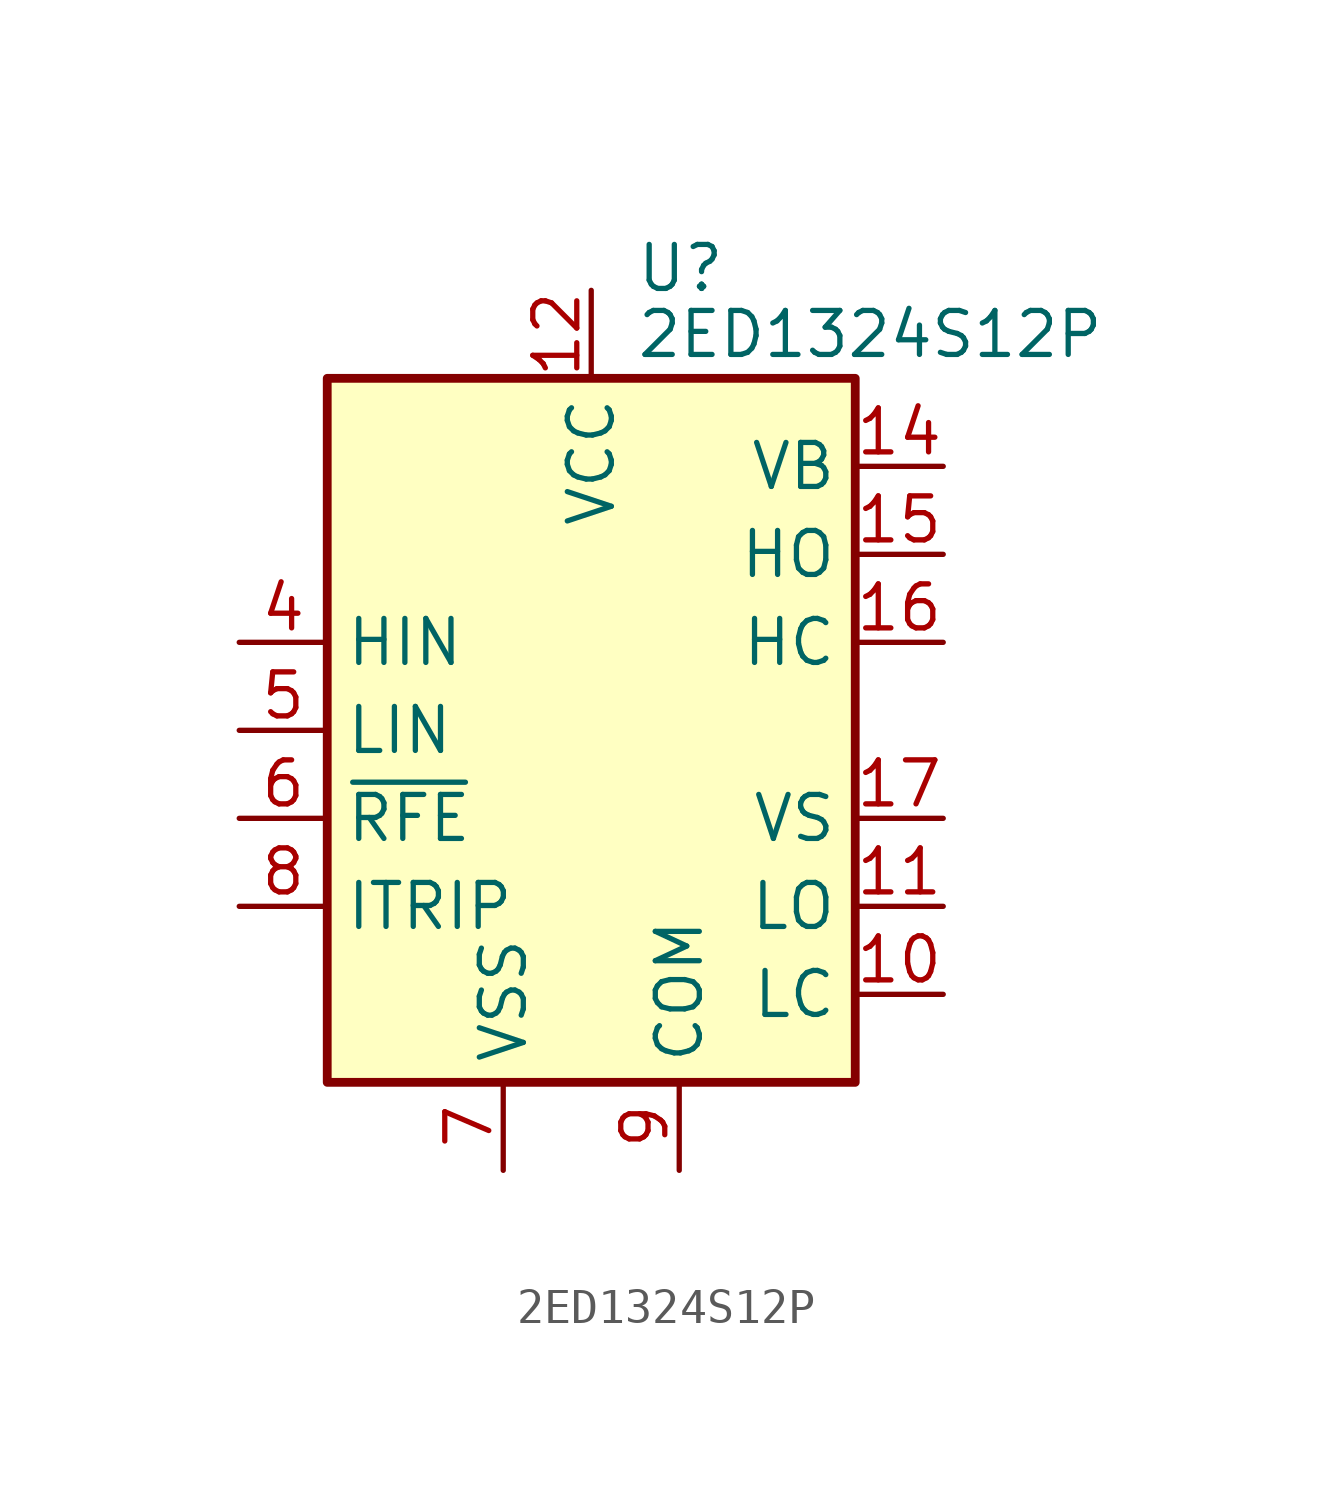
<source format=kicad_sym>
(kicad_symbol_lib
  (version 20231120)
  (generator "kicad_symbol_editor")
  (generator_version "8.0")
  (symbol "2ED1324S12P"
    (property "Reference" "U"
      (at 1.27 13.335 0)
      (effects (font (size 1.27 1.27)) (justify left)))
    (property "Value" "2ED1324S12P"
      (at 1.27 11.43 0)
      (effects (font (size 1.27 1.27)) (justify left)))
    (symbol "2ED1324S12P_0_1"
      (rectangle (start -7.62 -10.16) (end 7.62 10.16) (stroke (width 0.254) (type default)) (fill (type background))))
    (symbol "2ED1324S12P_1_1"
      (pin no_connect line (at -7.62 7.62 0) (length 2.54) hide (name "NC" (effects (font (size 1.27 1.27)))) (number "1" (effects (font (size 1.27 1.27)))))
      (pin passive line (at 10.16 -7.62 180) (length 2.54) (name "LC" (effects (font (size 1.27 1.27)))) (number "10" (effects (font (size 1.27 1.27)))))
      (pin output line (at 10.16 -5.08 180) (length 2.54) (name "LO" (effects (font (size 1.27 1.27)))) (number "11" (effects (font (size 1.27 1.27)))))
      (pin power_in line (at 0 12.7 270) (length 2.54) (name "VCC" (effects (font (size 1.27 1.27)))) (number "12" (effects (font (size 1.27 1.27)))))
      (pin no_connect line (at 7.62 0 180) (length 2.54) hide (name "NC" (effects (font (size 1.27 1.27)))) (number "13" (effects (font (size 1.27 1.27)))))
      (pin passive line (at 10.16 7.62 180) (length 2.54) (name "VB" (effects (font (size 1.27 1.27)))) (number "14" (effects (font (size 1.27 1.27)))))
      (pin output line (at 10.16 5.08 180) (length 2.54) (name "HO" (effects (font (size 1.27 1.27)))) (number "15" (effects (font (size 1.27 1.27)))))
      (pin passive line (at 10.16 2.54 180) (length 2.54) (name "HC" (effects (font (size 1.27 1.27)))) (number "16" (effects (font (size 1.27 1.27)))))
      (pin passive line (at 10.16 -2.54 180) (length 2.54) (name "VS" (effects (font (size 1.27 1.27)))) (number "17" (effects (font (size 1.27 1.27)))))
      (pin no_connect line (at 5.08 10.16 270) (length 2.54) hide (name "NC" (effects (font (size 1.27 1.27)))) (number "18" (effects (font (size 1.27 1.27)))))
      (pin no_connect line (at 2.54 10.16 270) (length 2.54) hide (name "NC" (effects (font (size 1.27 1.27)))) (number "19" (effects (font (size 1.27 1.27)))))
      (pin no_connect line (at -7.62 5.08 0) (length 2.54) hide (name "NC" (effects (font (size 1.27 1.27)))) (number "2" (effects (font (size 1.27 1.27)))))
      (pin no_connect line (at -2.54 10.16 270) (length 2.54) hide (name "NC" (effects (font (size 1.27 1.27)))) (number "20" (effects (font (size 1.27 1.27)))))
      (pin no_connect line (at -7.62 -7.62 0) (length 2.54) hide (name "NC" (effects (font (size 1.27 1.27)))) (number "3" (effects (font (size 1.27 1.27)))))
      (pin input line (at -10.16 2.54 0) (length 2.54) (name "HIN" (effects (font (size 1.27 1.27)))) (number "4" (effects (font (size 1.27 1.27)))))
      (pin input line (at -10.16 0 0) (length 2.54) (name "LIN" (effects (font (size 1.27 1.27)))) (number "5" (effects (font (size 1.27 1.27)))))
      (pin open_collector line (at -10.16 -2.54 0) (length 2.54) (name "~{RFE}" (effects (font (size 1.27 1.27)))) (number "6" (effects (font (size 1.27 1.27)))))
      (pin power_in line (at -2.54 -12.7 90) (length 2.54) (name "VSS" (effects (font (size 1.27 1.27)))) (number "7" (effects (font (size 1.27 1.27)))))
      (pin passive line (at -10.16 -5.08 0) (length 2.54) (name "ITRIP" (effects (font (size 1.27 1.27)))) (number "8" (effects (font (size 1.27 1.27)))))
      (pin power_in line (at 2.54 -12.7 90) (length 2.54) (name "COM" (effects (font (size 1.27 1.27)))) (number "9" (effects (font (size 1.27 1.27))))))))
</source>
